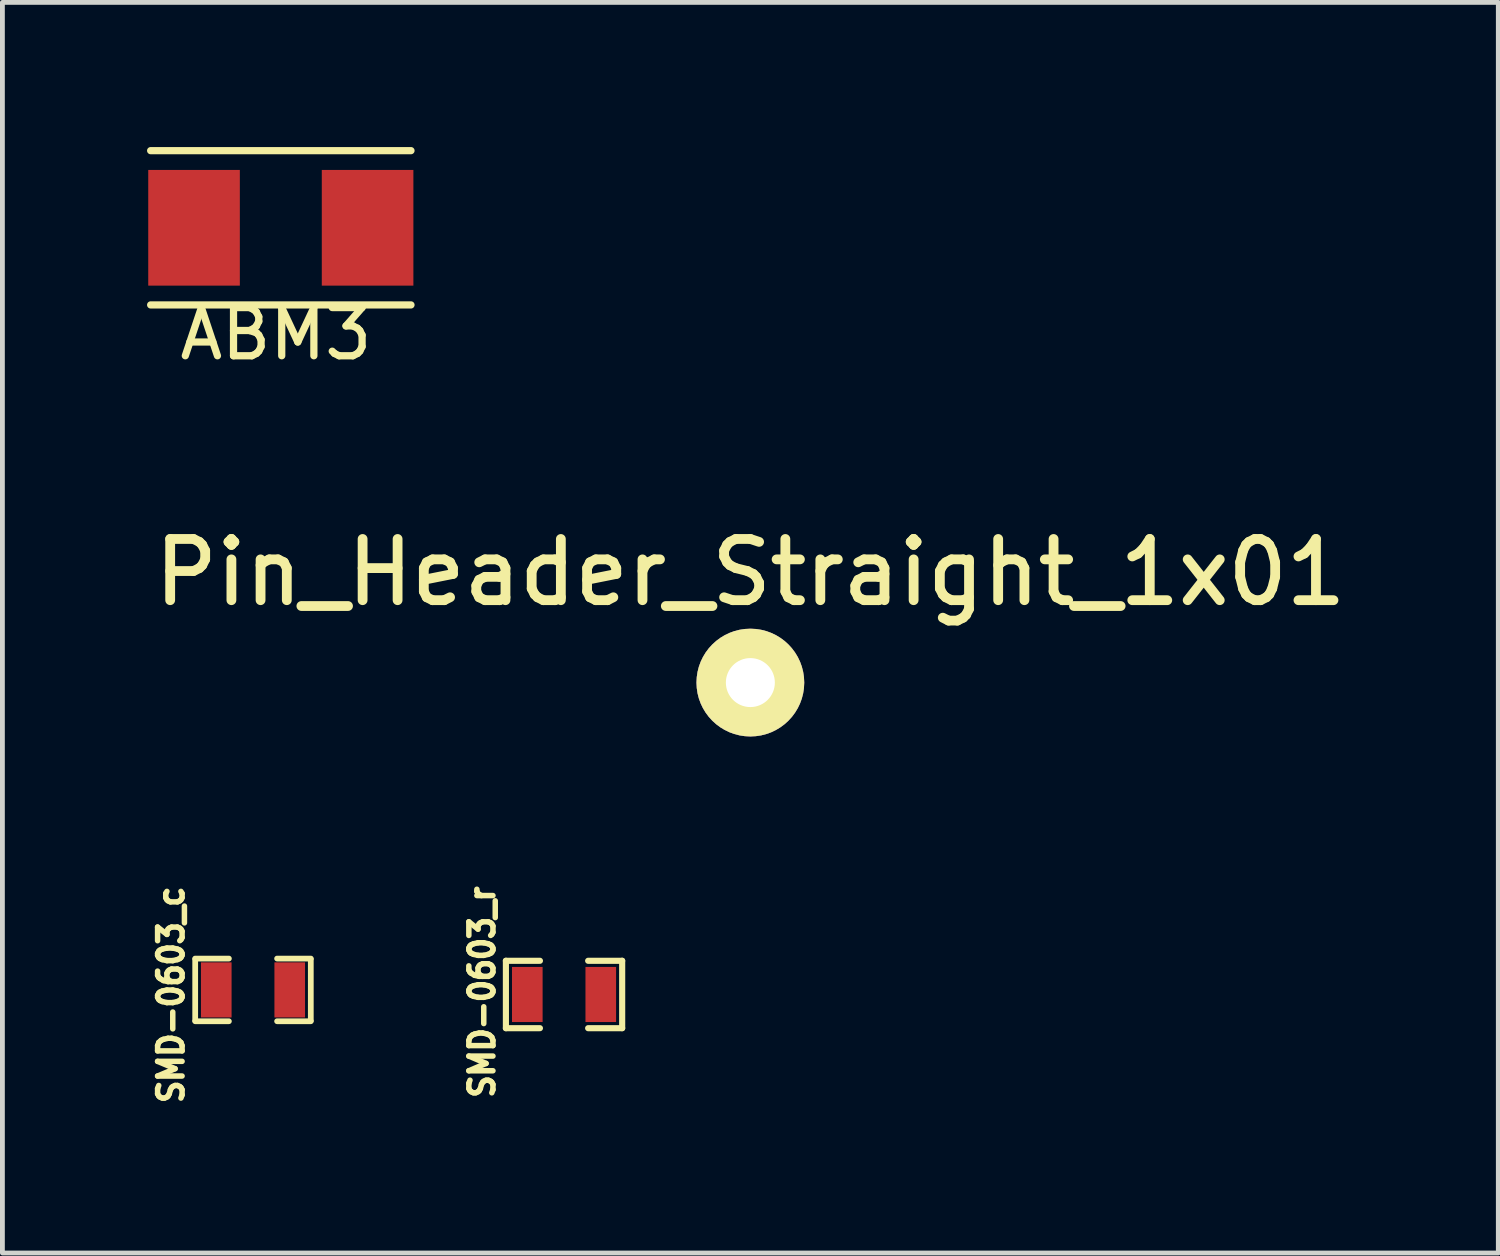
<source format=kicad_pcb>
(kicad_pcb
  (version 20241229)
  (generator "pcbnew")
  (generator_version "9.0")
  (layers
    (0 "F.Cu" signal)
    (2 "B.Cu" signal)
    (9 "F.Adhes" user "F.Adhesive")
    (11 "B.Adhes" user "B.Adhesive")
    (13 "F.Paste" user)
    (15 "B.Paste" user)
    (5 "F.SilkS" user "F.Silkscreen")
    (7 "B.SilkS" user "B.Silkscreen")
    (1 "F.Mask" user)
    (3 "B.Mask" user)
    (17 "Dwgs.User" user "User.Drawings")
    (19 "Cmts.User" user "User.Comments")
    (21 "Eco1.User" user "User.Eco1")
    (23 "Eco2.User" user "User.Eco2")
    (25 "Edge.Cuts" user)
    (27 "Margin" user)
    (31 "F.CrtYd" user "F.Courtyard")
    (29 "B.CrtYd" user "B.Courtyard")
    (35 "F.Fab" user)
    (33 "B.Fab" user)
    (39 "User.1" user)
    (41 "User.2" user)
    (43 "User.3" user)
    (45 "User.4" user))
  (footprint "SMD-0603_r"
    (layer "F.Cu")
    (at 8.65 17.579)
    (property "Reference" "SMD-0603_r" (at -1.7 -0.05 90) (layer "F.SilkS") (effects (font (size 0.5 0.457) (thickness 0.114))))
    (attr smd)
    (fp_line (start -1.206 -0.699) (end -1.206 0.699) (stroke (width 0.127) (type solid)) (layer "F.SilkS"))
    (fp_line (start -1.206 0.699) (end -0.5 0.699) (stroke (width 0.127) (type solid)) (layer "F.SilkS"))
    (fp_line (start -0.5 -0.699) (end -1.206 -0.699) (stroke (width 0.127) (type solid)) (layer "F.SilkS"))
    (fp_line (start 1.206 -0.699) (end 0.5 -0.699) (stroke (width 0.127) (type solid)) (layer "F.SilkS"))
    (fp_line (start 1.206 -0.699) (end 1.206 0.699) (stroke (width 0.127) (type solid)) (layer "F.SilkS"))
    (fp_line (start 1.206 0.699) (end 0.5 0.699) (stroke (width 0.127) (type solid)) (layer "F.SilkS"))
    (pad "1" smd rect (at -0.762 0) (size 0.635 1.143) (layers "F.Cu" "F.Mask" "F.Paste"))
    (pad "2" smd rect (at 0.762 0) (size 0.635 1.143) (layers "F.Cu" "F.Mask" "F.Paste")))
  (footprint "ABM3"
    (layer "F.Cu")
    (at 2.775 1.675)
    (property "Reference" "ABM3" (at -0.1 2.2 0) (layer "F.SilkS") (effects (font (size 1 1) (thickness 0.15))))
    (attr through_hole)
    (fp_line (start -2.7 -1.6) (end 2.7 -1.6) (stroke (width 0.15) (type solid)) (layer "F.SilkS"))
    (fp_line (start -2.7 1.6) (end 2.7 1.6) (stroke (width 0.15) (type solid)) (layer "F.SilkS"))
    (pad "1" smd rect (at 1.8 0) (size 1.9 2.4) (layers "F.Cu" "F.Mask" "F.Paste"))
    (pad "2" smd rect (at -1.8 0) (size 1.9 2.4) (layers "F.Cu" "F.Mask" "F.Paste")))
  (footprint "Pin_Header_Straight_1x01"
    (layer "F.Cu")
    (at 12.515 11.109)
    (property "Reference" "Pin_Header_Straight_1x01" (at 0 -2.286 0) (layer "F.SilkS") (effects (font (size 1.27 1.27) (thickness 0.203))))
    (attr through_hole)
    (pad "1" thru_hole oval (at 0 0) (size 2.235 2.235) (drill 1.016) (layers "*.Cu" "*.Mask" "F.SilkS")))
  (footprint "SMD-0603_c"
    (layer "F.Cu")
    (at 2.198 17.484)
    (property "Reference" "SMD-0603_c" (at -1.7 0.1 90) (layer "F.SilkS") (effects (font (size 0.508 0.457) (thickness 0.114))))
    (attr smd)
    (fp_line (start -1.199 -0.65) (end -0.5 -0.65) (stroke (width 0.119) (type solid)) (layer "F.SilkS"))
    (fp_line (start -1.199 0.635) (end -1.199 -0.635) (stroke (width 0.119) (type solid)) (layer "F.SilkS"))
    (fp_line (start -0.5 0.65) (end -1.199 0.65) (stroke (width 0.119) (type solid)) (layer "F.SilkS"))
    (fp_line (start 0.5 -0.65) (end 1.199 -0.65) (stroke (width 0.119) (type solid)) (layer "F.SilkS"))
    (fp_line (start 0.5 0.65) (end 1.199 0.65) (stroke (width 0.119) (type solid)) (layer "F.SilkS"))
    (fp_line (start 1.199 -0.635) (end 1.199 0.635) (stroke (width 0.119) (type solid)) (layer "F.SilkS"))
    (pad "1" smd rect (at -0.762 0) (size 0.635 1.143) (layers "F.Cu" "F.Mask" "F.Paste"))
    (pad "2" smd rect (at 0.762 0) (size 0.635 1.143) (layers "F.Cu" "F.Mask" "F.Paste")))
  (gr_rect
    (start -3 -3)
    (end 28.03 22.941)
    (stroke (width 0.1) (type default))
    (fill no)
    (layer "Edge.Cuts")))
</source>
